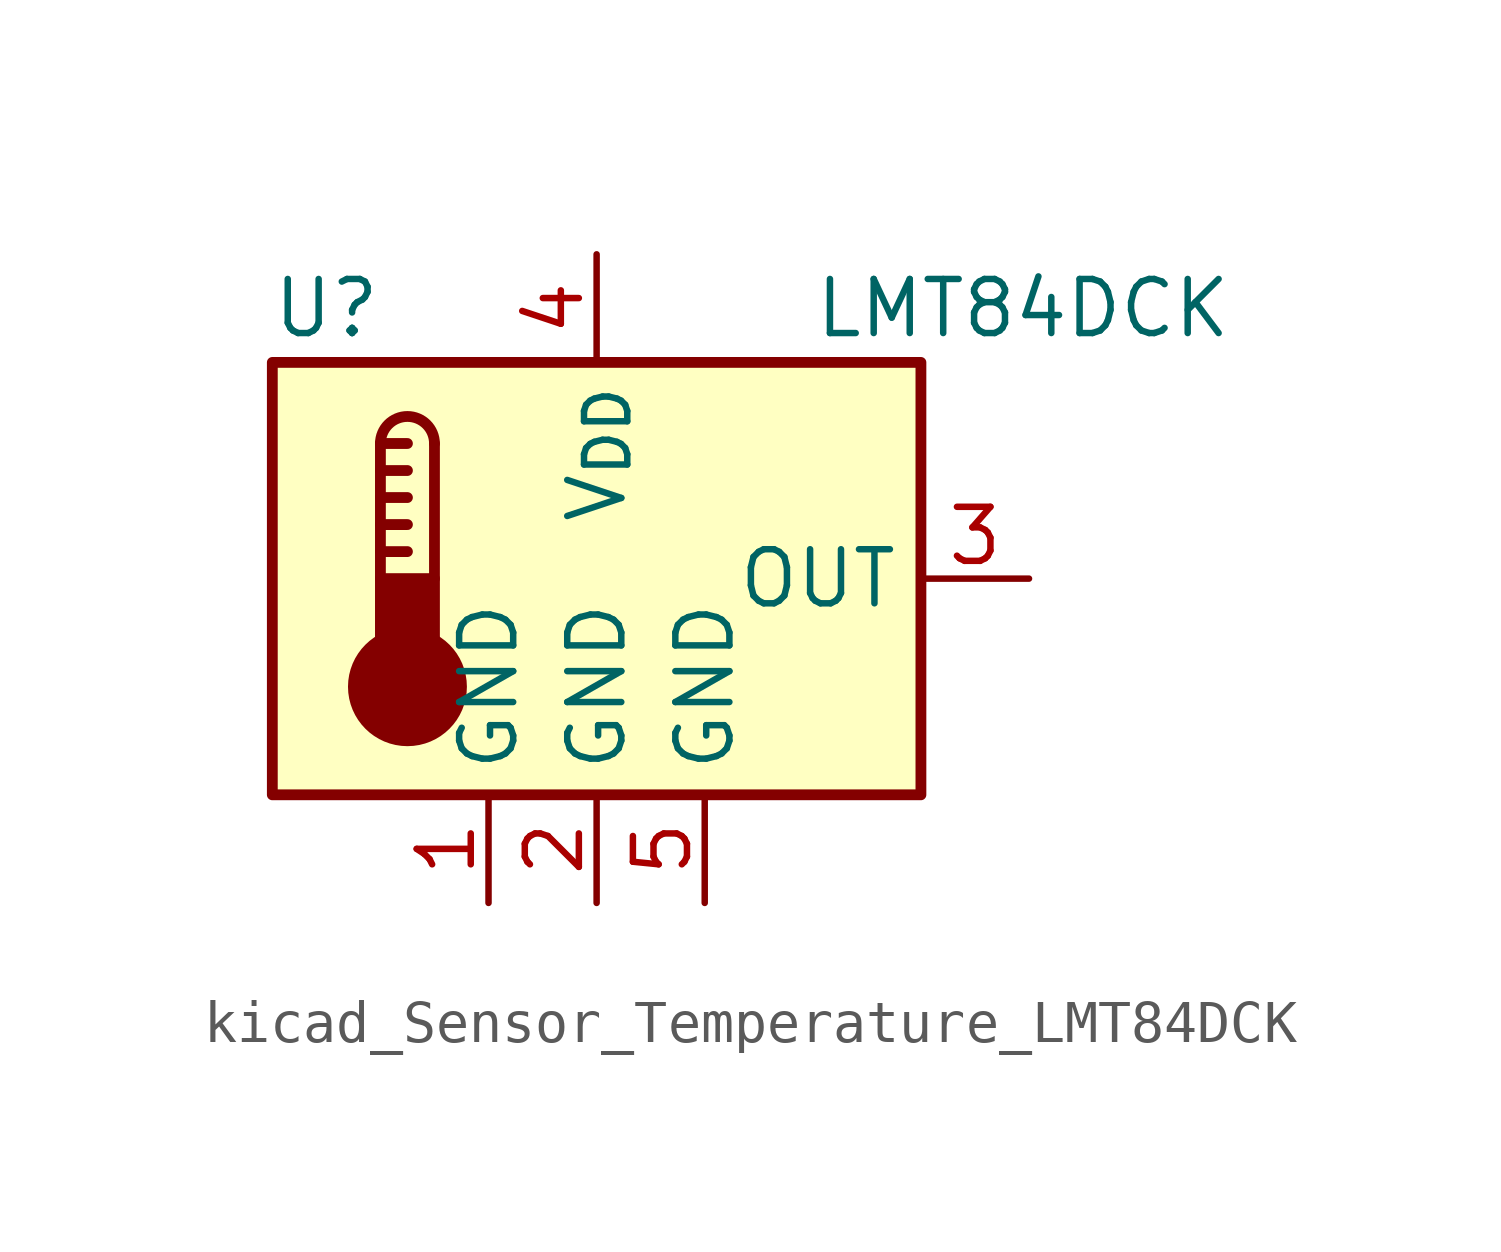
<source format=kicad_sym>
(kicad_symbol_lib
  (version 20220914)
  (generator kicad_symbol_editor)
  (symbol "kicad_Sensor_Temperature_LMT84DCK"
    (property "Reference" "U"
      (at -6.35 6.35 0)
      (effects (font (size 1.27 1.27))))
    (property "Value" "LMT84DCK"
      (at 5.08 6.35 0)
      (effects (font (size 1.27 1.27)) (justify left)))
    (symbol "kicad_Sensor_Temperature_LMT84DCK_0_1"
      (rectangle (start -7.62 5.08) (end 7.62 -5.08) (stroke (width 0.254) (type default)) (fill (type background)))
      (circle (center -4.445 -2.54) (radius 1.27) (stroke (width 0.254) (type default)) (fill (type outline)))
      (rectangle (start -3.81 -1.905) (end -5.08 0) (stroke (width 0.254) (type default)) (fill (type outline)))
      (arc (start -3.81 3.175) (mid -4.445 3.8073) (end -5.08 3.175) (stroke (width 0.254) (type default)) (fill (type none)))
      (polyline (pts (xy -5.08 0.635) (xy -4.445 0.635)) (stroke (width 0.254) (type default)) (fill (type none)))
      (polyline (pts (xy -5.08 1.27) (xy -4.445 1.27)) (stroke (width 0.254) (type default)) (fill (type none)))
      (polyline (pts (xy -5.08 1.905) (xy -4.445 1.905)) (stroke (width 0.254) (type default)) (fill (type none)))
      (polyline (pts (xy -5.08 2.54) (xy -4.445 2.54)) (stroke (width 0.254) (type default)) (fill (type none)))
      (polyline (pts (xy -5.08 3.175) (xy -5.08 0)) (stroke (width 0.254) (type default)) (fill (type none)))
      (polyline (pts (xy -5.08 3.175) (xy -4.445 3.175)) (stroke (width 0.254) (type default)) (fill (type none)))
      (polyline (pts (xy -3.81 3.175) (xy -3.81 0)) (stroke (width 0.254) (type default)) (fill (type none))))
    (symbol "kicad_Sensor_Temperature_LMT84DCK_1_1"
      (pin power_in line (at -2.54 -7.62 90) (length 2.54) (name "GND" (effects (font (size 1.27 1.27)))) (number "1" (effects (font (size 1.27 1.27)))))
      (pin power_in line (at 0 -7.62 90) (length 2.54) (name "GND" (effects (font (size 1.27 1.27)))) (number "2" (effects (font (size 1.27 1.27)))))
      (pin output line (at 10.16 0 180) (length 2.54) (name "OUT" (effects (font (size 1.27 1.27)))) (number "3" (effects (font (size 1.27 1.27)))))
      (pin power_in line (at 0 7.62 270) (length 2.54) (name "V_{DD}" (effects (font (size 1.27 1.27)))) (number "4" (effects (font (size 1.27 1.27)))))
      (pin power_in line (at 2.54 -7.62 90) (length 2.54) (name "GND" (effects (font (size 1.27 1.27)))) (number "5" (effects (font (size 1.27 1.27))))))))
</source>
